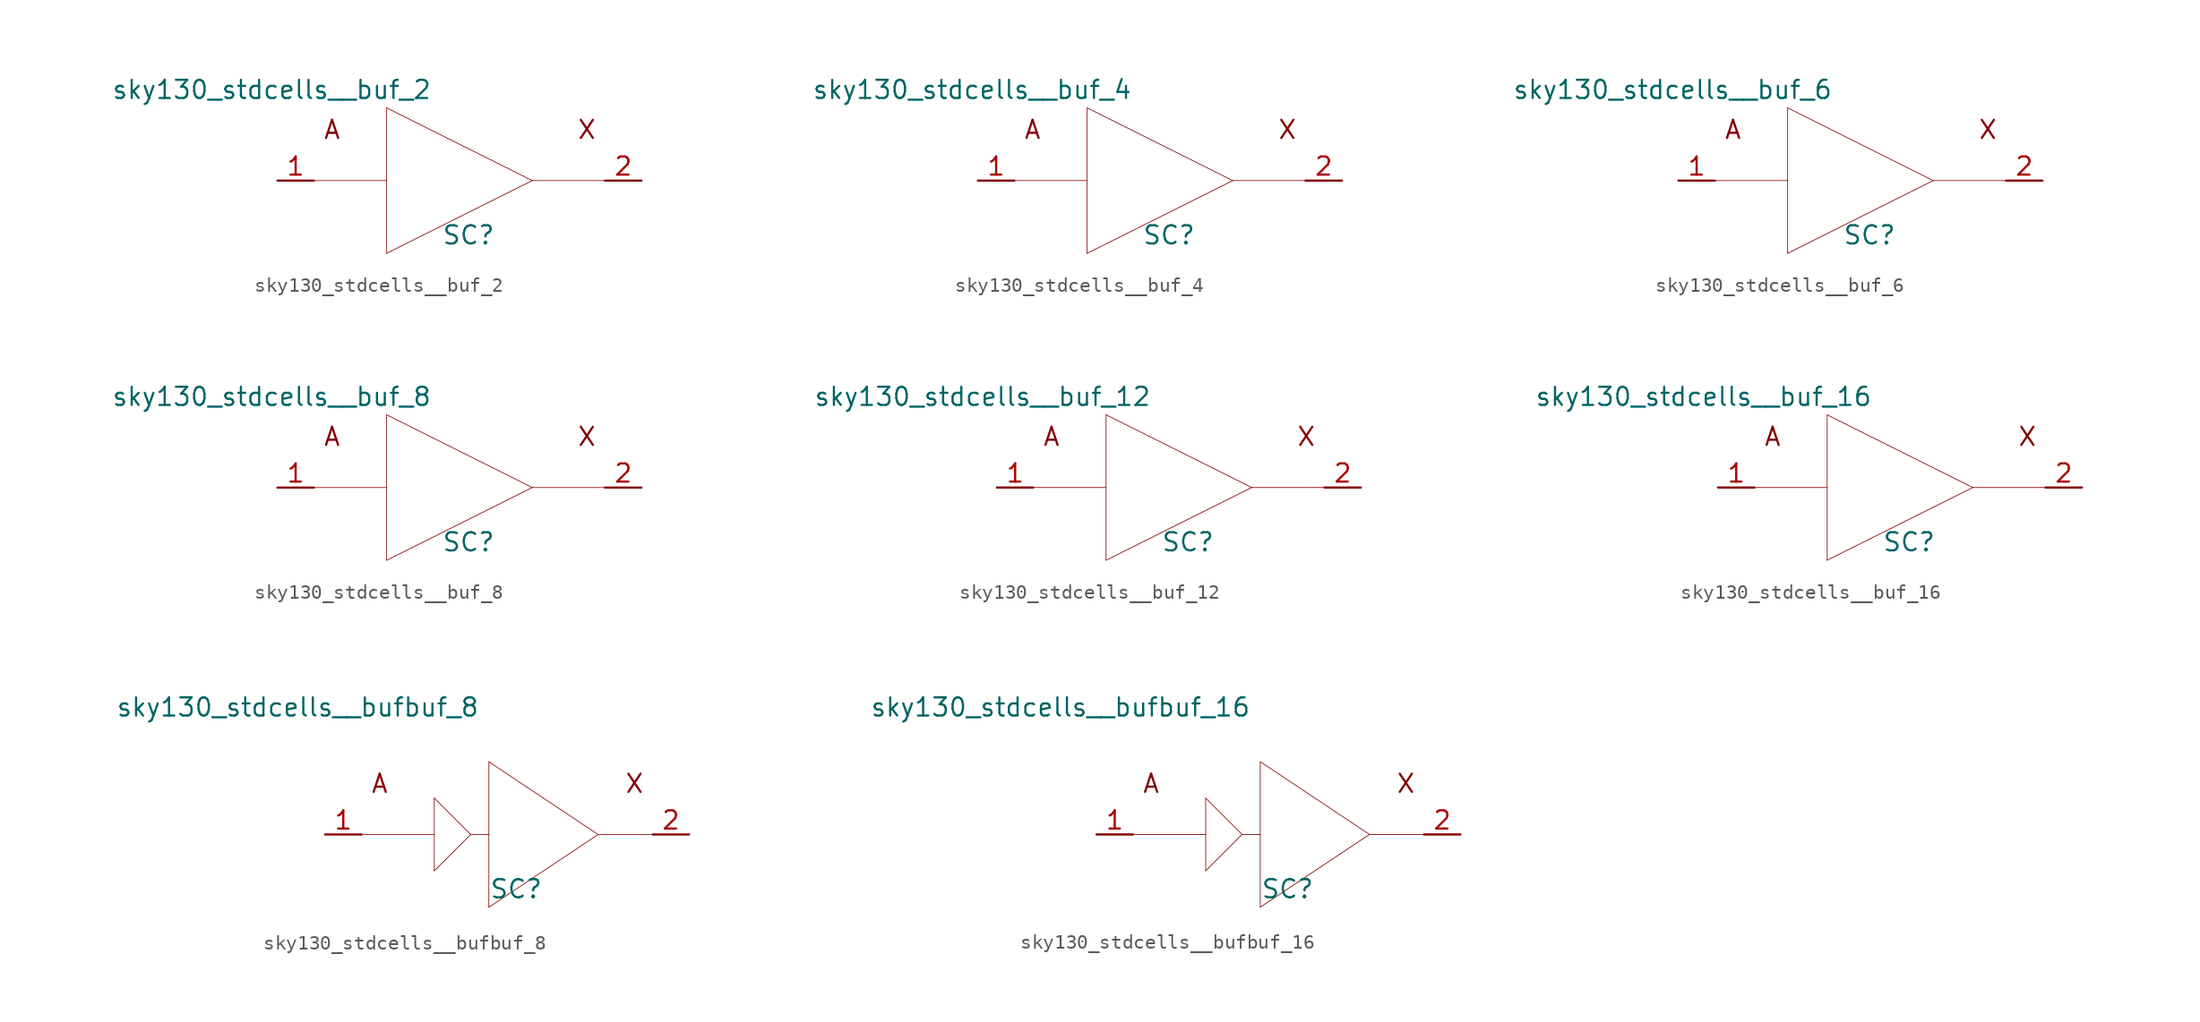
<source format=kicad_sym>
(kicad_symbol_lib
  (version 20211014)
  (generator kicad_symbol_editor)
  (symbol "sky130_stdcells__buf_2"
    (pin_names hide)
    (property "Reference" "SC"
      (at 0.635 -3.81 0)
      (effects (font (size 1.27 1.27))))
    (property "Value" "sky130_stdcells__buf_2"
      (at -1.905 6.35 0)
      (effects (font (size 1.27 1.27)) (justify right)))
    (symbol "sky130_stdcells__buf_2_0_0"
      (polyline (pts (xy -10.16 0) (xy -5.08 0)) (stroke (width 0.051) (type default) (color 0 0 0 0)) (fill (type none)))
      (polyline (pts (xy -5.08 -5.08) (xy 5.08 0)) (stroke (width 0.051) (type default) (color 0 0 0 0)) (fill (type none)))
      (polyline (pts (xy -5.08 5.08) (xy -5.08 -5.08)) (stroke (width 0.051) (type default) (color 0 0 0 0)) (fill (type none)))
      (polyline (pts (xy -5.08 5.08) (xy 5.08 0)) (stroke (width 0.051) (type default) (color 0 0 0 0)) (fill (type none)))
      (polyline (pts (xy 5.08 0) (xy 10.16 0)) (stroke (width 0.051) (type default) (color 0 0 0 0)) (fill (type none)))
      (text "A" (at -8.89 3.556 0) (effects (font (size 1.27 1.27))))
      (text "X" (at 8.89 3.556 0) (effects (font (size 1.27 1.27)))))
    (symbol "sky130_stdcells__buf_2_1_1"
      (pin input line (at -12.7 0 0) (length 2.54) (name "A" (effects (font (size 1.092 1.092)))) (number "1" (effects (font (size 1.27 1.27)))))
      (pin output line (at 12.7 0 180) (length 2.54) (name "X" (effects (font (size 1.092 1.092)))) (number "2" (effects (font (size 1.27 1.27)))))))
  (symbol "sky130_stdcells__buf_4"
    (pin_names hide)
    (property "Reference" "SC"
      (at 0.635 -3.81 0)
      (effects (font (size 1.27 1.27))))
    (property "Value" "sky130_stdcells__buf_4"
      (at -1.905 6.35 0)
      (effects (font (size 1.27 1.27)) (justify right)))
    (symbol "sky130_stdcells__buf_4_0_0"
      (polyline (pts (xy -10.16 0) (xy -5.08 0)) (stroke (width 0.051) (type default) (color 0 0 0 0)) (fill (type none)))
      (polyline (pts (xy -5.08 -5.08) (xy 5.08 0)) (stroke (width 0.051) (type default) (color 0 0 0 0)) (fill (type none)))
      (polyline (pts (xy -5.08 5.08) (xy -5.08 -5.08)) (stroke (width 0.051) (type default) (color 0 0 0 0)) (fill (type none)))
      (polyline (pts (xy -5.08 5.08) (xy 5.08 0)) (stroke (width 0.051) (type default) (color 0 0 0 0)) (fill (type none)))
      (polyline (pts (xy 5.08 0) (xy 10.16 0)) (stroke (width 0.051) (type default) (color 0 0 0 0)) (fill (type none)))
      (text "A" (at -8.89 3.556 0) (effects (font (size 1.27 1.27))))
      (text "X" (at 8.89 3.556 0) (effects (font (size 1.27 1.27)))))
    (symbol "sky130_stdcells__buf_4_1_1"
      (pin input line (at -12.7 0 0) (length 2.54) (name "A" (effects (font (size 1.092 1.092)))) (number "1" (effects (font (size 1.27 1.27)))))
      (pin output line (at 12.7 0 180) (length 2.54) (name "X" (effects (font (size 1.092 1.092)))) (number "2" (effects (font (size 1.27 1.27)))))))
  (symbol "sky130_stdcells__buf_6"
    (pin_names hide)
    (property "Reference" "SC"
      (at 0.635 -3.81 0)
      (effects (font (size 1.27 1.27))))
    (property "Value" "sky130_stdcells__buf_6"
      (at -1.905 6.35 0)
      (effects (font (size 1.27 1.27)) (justify right)))
    (symbol "sky130_stdcells__buf_6_0_0"
      (polyline (pts (xy -10.16 0) (xy -5.08 0)) (stroke (width 0.051) (type default) (color 0 0 0 0)) (fill (type none)))
      (polyline (pts (xy -5.08 -5.08) (xy 5.08 0)) (stroke (width 0.051) (type default) (color 0 0 0 0)) (fill (type none)))
      (polyline (pts (xy -5.08 5.08) (xy -5.08 -5.08)) (stroke (width 0.051) (type default) (color 0 0 0 0)) (fill (type none)))
      (polyline (pts (xy -5.08 5.08) (xy 5.08 0)) (stroke (width 0.051) (type default) (color 0 0 0 0)) (fill (type none)))
      (polyline (pts (xy 5.08 0) (xy 10.16 0)) (stroke (width 0.051) (type default) (color 0 0 0 0)) (fill (type none)))
      (text "A" (at -8.89 3.556 0) (effects (font (size 1.27 1.27))))
      (text "X" (at 8.89 3.556 0) (effects (font (size 1.27 1.27)))))
    (symbol "sky130_stdcells__buf_6_1_1"
      (pin input line (at -12.7 0 0) (length 2.54) (name "A" (effects (font (size 1.092 1.092)))) (number "1" (effects (font (size 1.27 1.27)))))
      (pin output line (at 12.7 0 180) (length 2.54) (name "X" (effects (font (size 1.092 1.092)))) (number "2" (effects (font (size 1.27 1.27)))))))
  (symbol "sky130_stdcells__buf_8"
    (pin_names hide)
    (property "Reference" "SC"
      (at 0.635 -3.81 0)
      (effects (font (size 1.27 1.27))))
    (property "Value" "sky130_stdcells__buf_8"
      (at -1.905 6.35 0)
      (effects (font (size 1.27 1.27)) (justify right)))
    (symbol "sky130_stdcells__buf_8_0_0"
      (polyline (pts (xy -10.16 0) (xy -5.08 0)) (stroke (width 0.051) (type default) (color 0 0 0 0)) (fill (type none)))
      (polyline (pts (xy -5.08 -5.08) (xy 5.08 0)) (stroke (width 0.051) (type default) (color 0 0 0 0)) (fill (type none)))
      (polyline (pts (xy -5.08 5.08) (xy -5.08 -5.08)) (stroke (width 0.051) (type default) (color 0 0 0 0)) (fill (type none)))
      (polyline (pts (xy -5.08 5.08) (xy 5.08 0)) (stroke (width 0.051) (type default) (color 0 0 0 0)) (fill (type none)))
      (polyline (pts (xy 5.08 0) (xy 10.16 0)) (stroke (width 0.051) (type default) (color 0 0 0 0)) (fill (type none)))
      (text "A" (at -8.89 3.556 0) (effects (font (size 1.27 1.27))))
      (text "X" (at 8.89 3.556 0) (effects (font (size 1.27 1.27)))))
    (symbol "sky130_stdcells__buf_8_1_1"
      (pin input line (at -12.7 0 0) (length 2.54) (name "A" (effects (font (size 1.092 1.092)))) (number "1" (effects (font (size 1.27 1.27)))))
      (pin output line (at 12.7 0 180) (length 2.54) (name "X" (effects (font (size 1.092 1.092)))) (number "2" (effects (font (size 1.27 1.27)))))))
  (symbol "sky130_stdcells__buf_12"
    (pin_names hide)
    (property "Reference" "SC"
      (at 0.635 -3.81 0)
      (effects (font (size 1.27 1.27))))
    (property "Value" "sky130_stdcells__buf_12"
      (at -1.905 6.35 0)
      (effects (font (size 1.27 1.27)) (justify right)))
    (symbol "sky130_stdcells__buf_12_0_0"
      (polyline (pts (xy -10.16 0) (xy -5.08 0)) (stroke (width 0.051) (type default) (color 0 0 0 0)) (fill (type none)))
      (polyline (pts (xy -5.08 -5.08) (xy 5.08 0)) (stroke (width 0.051) (type default) (color 0 0 0 0)) (fill (type none)))
      (polyline (pts (xy -5.08 5.08) (xy -5.08 -5.08)) (stroke (width 0.051) (type default) (color 0 0 0 0)) (fill (type none)))
      (polyline (pts (xy -5.08 5.08) (xy 5.08 0)) (stroke (width 0.051) (type default) (color 0 0 0 0)) (fill (type none)))
      (polyline (pts (xy 5.08 0) (xy 10.16 0)) (stroke (width 0.051) (type default) (color 0 0 0 0)) (fill (type none)))
      (text "A" (at -8.89 3.556 0) (effects (font (size 1.27 1.27))))
      (text "X" (at 8.89 3.556 0) (effects (font (size 1.27 1.27)))))
    (symbol "sky130_stdcells__buf_12_1_1"
      (pin input line (at -12.7 0 0) (length 2.54) (name "A" (effects (font (size 1.092 1.092)))) (number "1" (effects (font (size 1.27 1.27)))))
      (pin output line (at 12.7 0 180) (length 2.54) (name "X" (effects (font (size 1.092 1.092)))) (number "2" (effects (font (size 1.27 1.27)))))))
  (symbol "sky130_stdcells__buf_16"
    (pin_names hide)
    (property "Reference" "SC"
      (at 0.635 -3.81 0)
      (effects (font (size 1.27 1.27))))
    (property "Value" "sky130_stdcells__buf_16"
      (at -1.905 6.35 0)
      (effects (font (size 1.27 1.27)) (justify right)))
    (symbol "sky130_stdcells__buf_16_0_0"
      (polyline (pts (xy -10.16 0) (xy -5.08 0)) (stroke (width 0.051) (type default) (color 0 0 0 0)) (fill (type none)))
      (polyline (pts (xy -5.08 -5.08) (xy 5.08 0)) (stroke (width 0.051) (type default) (color 0 0 0 0)) (fill (type none)))
      (polyline (pts (xy -5.08 5.08) (xy -5.08 -5.08)) (stroke (width 0.051) (type default) (color 0 0 0 0)) (fill (type none)))
      (polyline (pts (xy -5.08 5.08) (xy 5.08 0)) (stroke (width 0.051) (type default) (color 0 0 0 0)) (fill (type none)))
      (polyline (pts (xy 5.08 0) (xy 10.16 0)) (stroke (width 0.051) (type default) (color 0 0 0 0)) (fill (type none)))
      (text "A" (at -8.89 3.556 0) (effects (font (size 1.27 1.27))))
      (text "X" (at 8.89 3.556 0) (effects (font (size 1.27 1.27)))))
    (symbol "sky130_stdcells__buf_16_1_1"
      (pin input line (at -12.7 0 0) (length 2.54) (name "A" (effects (font (size 1.092 1.092)))) (number "1" (effects (font (size 1.27 1.27)))))
      (pin output line (at 12.7 0 180) (length 2.54) (name "X" (effects (font (size 1.092 1.092)))) (number "2" (effects (font (size 1.27 1.27)))))))
  (symbol "sky130_stdcells__bufbuf_8"
    (pin_names hide)
    (property "Reference" "SC"
      (at 0.635 -3.81 0)
      (effects (font (size 1.27 1.27))))
    (property "Value" "sky130_stdcells__bufbuf_8"
      (at -1.905 8.89 0)
      (effects (font (size 1.27 1.27)) (justify right)))
    (symbol "sky130_stdcells__bufbuf_8_0_0"
      (polyline (pts (xy -10.16 0) (xy -5.08 0)) (stroke (width 0.051) (type default) (color 0 0 0 0)) (fill (type none)))
      (polyline (pts (xy -5.08 -2.54) (xy -2.54 0)) (stroke (width 0.051) (type default) (color 0 0 0 0)) (fill (type none)))
      (polyline (pts (xy -5.08 2.54) (xy -5.08 -2.54)) (stroke (width 0.051) (type default) (color 0 0 0 0)) (fill (type none)))
      (polyline (pts (xy -5.08 2.54) (xy -2.54 0)) (stroke (width 0.051) (type default) (color 0 0 0 0)) (fill (type none)))
      (polyline (pts (xy -2.54 0) (xy -1.27 0)) (stroke (width 0.051) (type default) (color 0 0 0 0)) (fill (type none)))
      (polyline (pts (xy -1.27 -5.08) (xy 6.35 0)) (stroke (width 0.051) (type default) (color 0 0 0 0)) (fill (type none)))
      (polyline (pts (xy -1.27 5.08) (xy -1.27 -5.08)) (stroke (width 0.051) (type default) (color 0 0 0 0)) (fill (type none)))
      (polyline (pts (xy -1.27 5.08) (xy 6.35 0)) (stroke (width 0.051) (type default) (color 0 0 0 0)) (fill (type none)))
      (polyline (pts (xy 6.35 0) (xy 10.16 0)) (stroke (width 0.051) (type default) (color 0 0 0 0)) (fill (type none)))
      (text "A" (at -8.89 3.556 0) (effects (font (size 1.27 1.27))))
      (text "X" (at 8.89 3.556 0) (effects (font (size 1.27 1.27)))))
    (symbol "sky130_stdcells__bufbuf_8_1_1"
      (pin input line (at -12.7 0 0) (length 2.54) (name "A" (effects (font (size 1.092 1.092)))) (number "1" (effects (font (size 1.27 1.27)))))
      (pin output line (at 12.7 0 180) (length 2.54) (name "X" (effects (font (size 1.092 1.092)))) (number "2" (effects (font (size 1.27 1.27)))))))
  (symbol "sky130_stdcells__bufbuf_16"
    (pin_names hide)
    (property "Reference" "SC"
      (at 0.635 -3.81 0)
      (effects (font (size 1.27 1.27))))
    (property "Value" "sky130_stdcells__bufbuf_16"
      (at -1.905 8.89 0)
      (effects (font (size 1.27 1.27)) (justify right)))
    (symbol "sky130_stdcells__bufbuf_16_0_0"
      (polyline (pts (xy -10.16 0) (xy -5.08 0)) (stroke (width 0.051) (type default) (color 0 0 0 0)) (fill (type none)))
      (polyline (pts (xy -5.08 -2.54) (xy -2.54 0)) (stroke (width 0.051) (type default) (color 0 0 0 0)) (fill (type none)))
      (polyline (pts (xy -5.08 2.54) (xy -5.08 -2.54)) (stroke (width 0.051) (type default) (color 0 0 0 0)) (fill (type none)))
      (polyline (pts (xy -5.08 2.54) (xy -2.54 0)) (stroke (width 0.051) (type default) (color 0 0 0 0)) (fill (type none)))
      (polyline (pts (xy -2.54 0) (xy -1.27 0)) (stroke (width 0.051) (type default) (color 0 0 0 0)) (fill (type none)))
      (polyline (pts (xy -1.27 -5.08) (xy 6.35 0)) (stroke (width 0.051) (type default) (color 0 0 0 0)) (fill (type none)))
      (polyline (pts (xy -1.27 5.08) (xy -1.27 -5.08)) (stroke (width 0.051) (type default) (color 0 0 0 0)) (fill (type none)))
      (polyline (pts (xy -1.27 5.08) (xy 6.35 0)) (stroke (width 0.051) (type default) (color 0 0 0 0)) (fill (type none)))
      (polyline (pts (xy 6.35 0) (xy 10.16 0)) (stroke (width 0.051) (type default) (color 0 0 0 0)) (fill (type none)))
      (text "A" (at -8.89 3.556 0) (effects (font (size 1.27 1.27))))
      (text "X" (at 8.89 3.556 0) (effects (font (size 1.27 1.27)))))
    (symbol "sky130_stdcells__bufbuf_16_1_1"
      (pin input line (at -12.7 0 0) (length 2.54) (name "A" (effects (font (size 1.092 1.092)))) (number "1" (effects (font (size 1.27 1.27)))))
      (pin output line (at 12.7 0 180) (length 2.54) (name "X" (effects (font (size 1.092 1.092)))) (number "2" (effects (font (size 1.27 1.27))))))))
</source>
